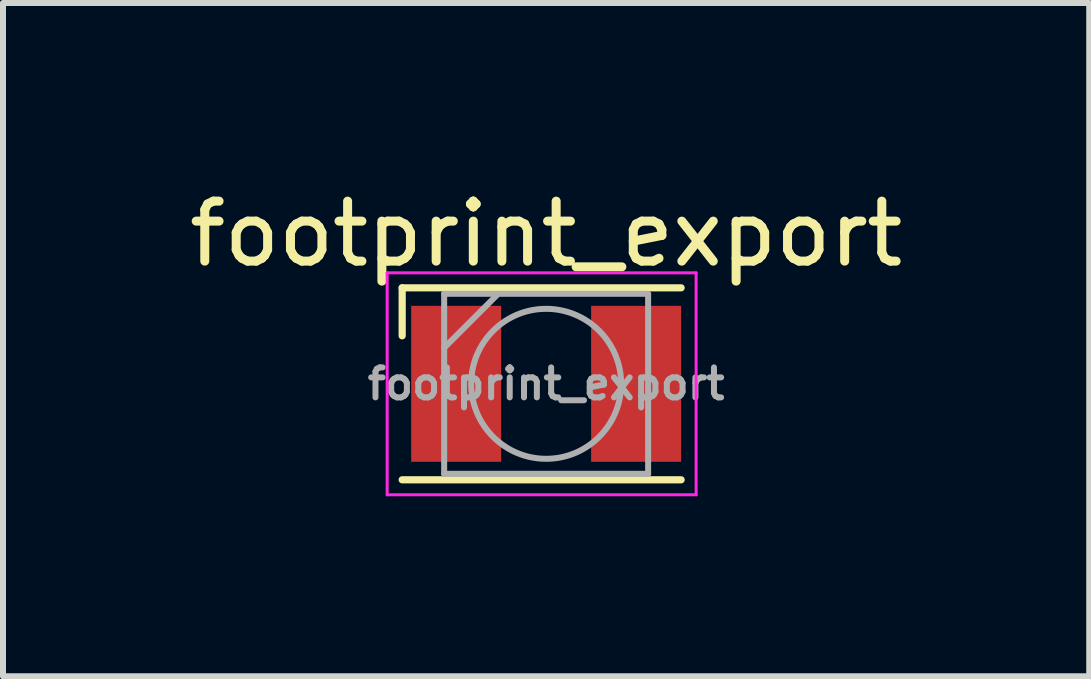
<source format=kicad_pcb>
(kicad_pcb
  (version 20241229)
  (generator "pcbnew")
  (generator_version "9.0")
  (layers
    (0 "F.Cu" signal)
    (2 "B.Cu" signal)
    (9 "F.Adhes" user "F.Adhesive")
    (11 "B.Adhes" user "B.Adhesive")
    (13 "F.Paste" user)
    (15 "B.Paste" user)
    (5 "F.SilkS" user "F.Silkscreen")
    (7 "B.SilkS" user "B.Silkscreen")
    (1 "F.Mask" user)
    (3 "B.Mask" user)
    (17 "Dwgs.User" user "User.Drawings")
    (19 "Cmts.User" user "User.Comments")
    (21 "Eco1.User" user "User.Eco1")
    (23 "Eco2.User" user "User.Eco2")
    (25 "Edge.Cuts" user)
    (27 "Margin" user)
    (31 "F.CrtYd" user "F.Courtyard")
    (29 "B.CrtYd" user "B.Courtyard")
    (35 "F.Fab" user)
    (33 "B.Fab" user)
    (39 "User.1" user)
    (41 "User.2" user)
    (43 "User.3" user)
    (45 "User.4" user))
  (footprint "footprint_export"
    (layer "F.Cu")
    (at 6.054 3.348)
    (property "Reference" "footprint_export" (at 0 -2.5 0) (layer "F.SilkS") (effects (font (size 1 1) (thickness 0.15))))
    (attr smd)
    (fp_line (start -2.4 -1.6) (end -2.4 -0.8) (stroke (width 0.12) (type solid)) (layer "F.SilkS"))
    (fp_line (start 2.25 -1.6) (end -2.4 -1.6) (stroke (width 0.12) (type solid)) (layer "F.SilkS"))
    (fp_line (start 2.25 1.6) (end -2.4 1.6) (stroke (width 0.12) (type solid)) (layer "F.SilkS"))
    (fp_line (start -2.65 -1.85) (end 2.5 -1.85) (stroke (width 0.05) (type solid)) (layer "F.CrtYd"))
    (fp_line (start -2.65 1.85) (end -2.65 -1.85) (stroke (width 0.05) (type solid)) (layer "F.CrtYd"))
    (fp_line (start 2.5 -1.85) (end 2.5 1.85) (stroke (width 0.05) (type solid)) (layer "F.CrtYd"))
    (fp_line (start 2.5 1.85) (end -2.65 1.85) (stroke (width 0.05) (type solid)) (layer "F.CrtYd"))
    (fp_line (start -1.7 -1.5) (end -1.7 1.5) (stroke (width 0.1) (type solid)) (layer "F.Fab"))
    (fp_line (start -1.7 -0.6) (end -0.8 -1.5) (stroke (width 0.1) (type solid)) (layer "F.Fab"))
    (fp_line (start -1.7 1.5) (end 1.7 1.5) (stroke (width 0.1) (type solid)) (layer "F.Fab"))
    (fp_line (start 1.7 -1.5) (end -1.7 -1.5) (stroke (width 0.1) (type solid)) (layer "F.Fab"))
    (fp_line (start 1.7 1.5) (end 1.7 -1.5) (stroke (width 0.1) (type solid)) (layer "F.Fab"))
    (fp_circle (center 0 0) (end 0 -1.25) (stroke (width 0.1) (type solid)) (fill no) (layer "F.Fab"))
    (fp_text user "${REFERENCE}" (at 0 0 0) (layer "F.Fab") (effects (font (size 0.5 0.5) (thickness 0.1))))
    (pad "1" smd rect (at 1.5 0) (size 1.5 2.6) (layers "F.Cu" "F.Mask" "F.Paste"))
    (pad "2" smd rect (at -1.5 0) (size 1.5 2.6) (layers "F.Cu" "F.Mask" "F.Paste")))
  (gr_rect
    (start -3 -3)
    (end 15.107 8.223)
    (stroke (width 0.1) (type default))
    (fill no)
    (layer "Edge.Cuts")))
</source>
